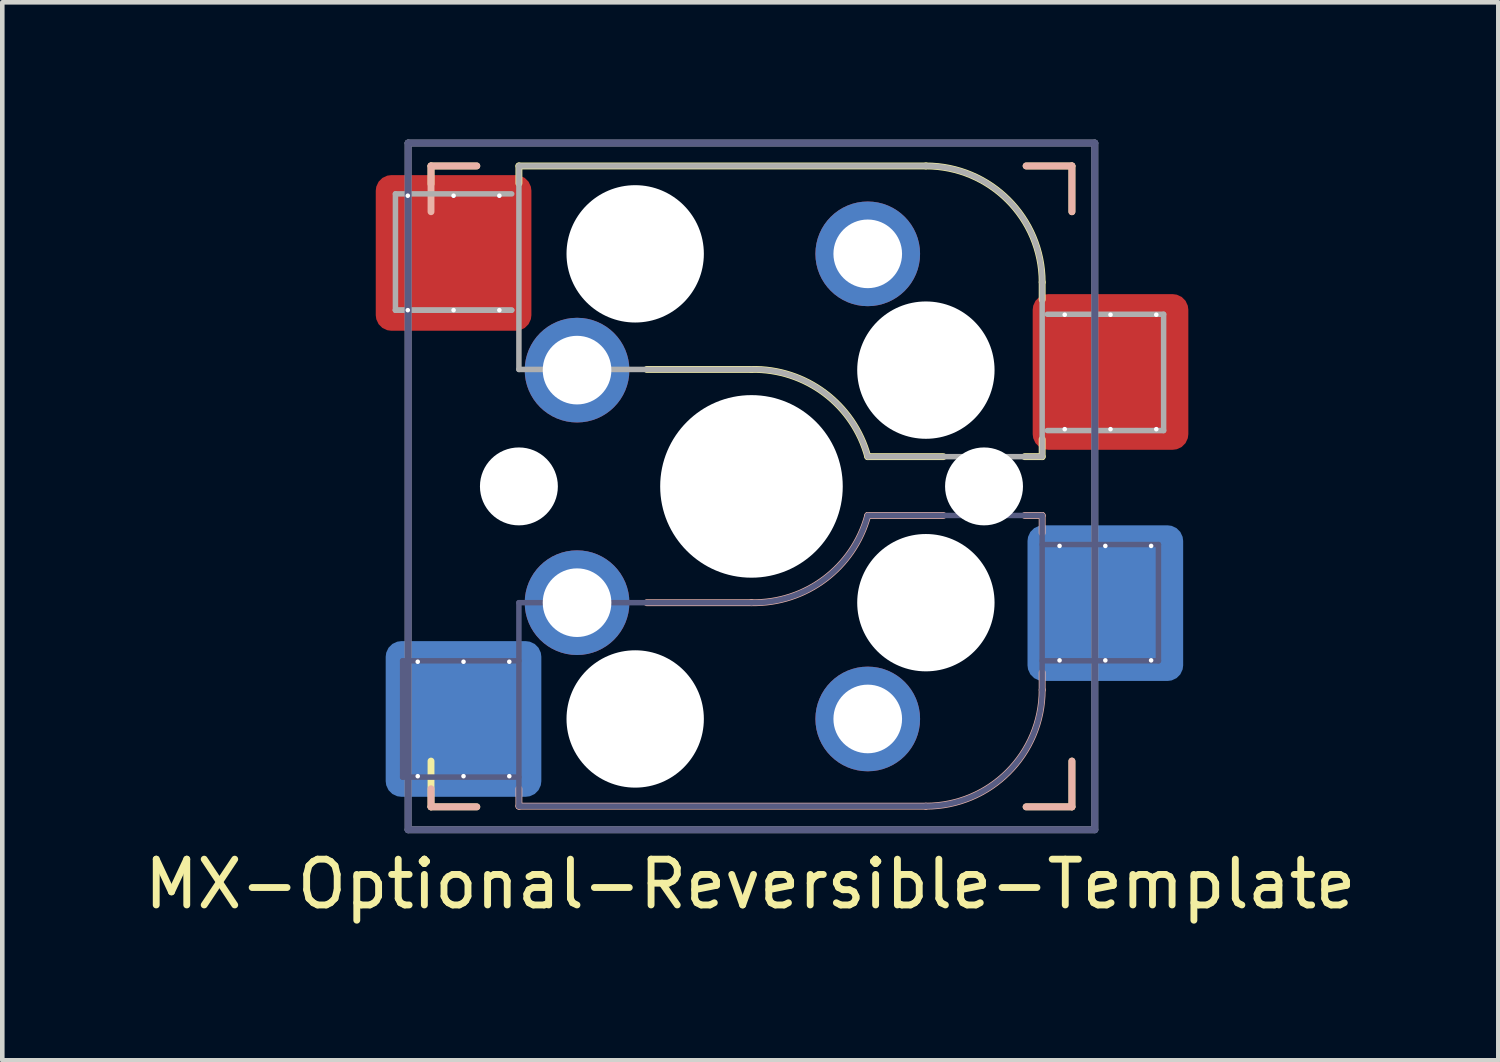
<source format=kicad_pcb>
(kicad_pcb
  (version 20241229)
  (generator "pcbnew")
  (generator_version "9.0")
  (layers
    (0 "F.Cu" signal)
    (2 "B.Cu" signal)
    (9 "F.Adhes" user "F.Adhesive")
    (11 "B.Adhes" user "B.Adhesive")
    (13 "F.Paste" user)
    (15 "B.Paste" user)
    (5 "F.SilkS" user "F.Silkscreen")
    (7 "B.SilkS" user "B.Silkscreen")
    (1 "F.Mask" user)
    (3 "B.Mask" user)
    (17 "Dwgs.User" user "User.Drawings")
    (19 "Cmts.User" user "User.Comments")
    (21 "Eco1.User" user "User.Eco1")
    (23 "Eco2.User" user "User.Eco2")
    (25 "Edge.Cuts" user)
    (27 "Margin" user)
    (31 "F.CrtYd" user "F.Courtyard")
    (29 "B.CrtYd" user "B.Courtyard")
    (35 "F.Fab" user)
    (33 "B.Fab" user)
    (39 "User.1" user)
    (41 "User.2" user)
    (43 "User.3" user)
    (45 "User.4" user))
  (footprint "MX-Optional-Reversible-Template"
    (layer "F.Cu")
    (at 13.416 7.537)
    (property "Reference" "MX-Optional-Reversible-Template" (at -0.077 8.726 180) (layer "F.SilkS") (effects (font (size 1 1) (thickness 0.15))))
    (attr smd)
    (fp_rect (start -8.258 -6.062) (end -4.858 -4.062) (stroke (width 0.1) (type solid)) (fill yes) (layer "F.Mask"))
    (fp_rect (start 6.092 -3.462) (end 9.492 -1.462) (stroke (width 0.1) (type solid)) (fill yes) (layer "F.Mask"))
    (fp_rect (start -8.041 4.118) (end -4.641 6.118) (stroke (width 0.1) (type solid)) (fill yes) (layer "B.Mask"))
    (fp_rect (start 5.979 1.588) (end 9.379 3.588) (stroke (width 0.1) (type solid)) (fill yes) (layer "B.Mask"))
    (fp_line (start -7.051 -6.962) (end -6.051 -6.962) (stroke (width 0.15) (type solid)) (layer "F.SilkS"))
    (fp_line (start -7.051 -6.566) (end -7.051 -6.962) (stroke (width 0.15) (type solid)) (layer "F.SilkS"))
    (fp_line (start -7.051 7.038) (end -7.051 6.038) (stroke (width 0.15) (type solid)) (layer "F.SilkS"))
    (fp_line (start -6.051 7.038) (end -7.051 7.038) (stroke (width 0.15) (type solid)) (layer "F.SilkS"))
    (fp_line (start -5.131 -6.581) (end -5.131 -6.962) (stroke (width 0.15) (type solid)) (layer "F.SilkS"))
    (fp_line (start -2.337 -2.517) (end -0.051 -2.517) (stroke (width 0.15) (type solid)) (layer "F.SilkS"))
    (fp_line (start 2.489 -0.612) (end 4.14 -0.612) (stroke (width 0.15) (type solid)) (layer "F.SilkS"))
    (fp_line (start 3.759 -6.962) (end -5.131 -6.962) (stroke (width 0.15) (type solid)) (layer "F.SilkS"))
    (fp_line (start 5.918 -0.612) (end 6.299 -0.612) (stroke (width 0.15) (type solid)) (layer "F.SilkS"))
    (fp_line (start 5.949 -6.962) (end 6.949 -6.962) (stroke (width 0.15) (type solid)) (layer "F.SilkS"))
    (fp_line (start 6.299 -4.041) (end 6.299 -4.422) (stroke (width 0.15) (type solid)) (layer "F.SilkS"))
    (fp_line (start 6.299 -0.612) (end 6.299 -0.993) (stroke (width 0.15) (type solid)) (layer "F.SilkS"))
    (fp_line (start 6.949 -6.962) (end 6.949 -5.962) (stroke (width 0.15) (type solid)) (layer "F.SilkS"))
    (fp_line (start 6.949 6.038) (end 6.949 7.038) (stroke (width 0.15) (type solid)) (layer "F.SilkS"))
    (fp_line (start 6.949 7.038) (end 5.949 7.038) (stroke (width 0.15) (type solid)) (layer "F.SilkS"))
    (fp_arc (start -0.05085 -2.51696) (mid 1.54712 -2.001754) (end 2.48915 -0.61196) (stroke (width 0.15) (type solid)) (layer "F.SilkS"))
    (fp_arc (start 3.75915 -6.96196) (mid 5.555201 -6.218011) (end 6.29915 -4.42196) (stroke (width 0.15) (type solid)) (layer "F.SilkS"))
    (fp_line (start -7.051 -6.962) (end -6.051 -6.962) (stroke (width 0.15) (type solid)) (layer "B.SilkS"))
    (fp_line (start -7.051 -5.962) (end -7.051 -6.962) (stroke (width 0.15) (type solid)) (layer "B.SilkS"))
    (fp_line (start -7.051 7.038) (end -7.051 6.642) (stroke (width 0.15) (type solid)) (layer "B.SilkS"))
    (fp_line (start -6.051 7.038) (end -7.051 7.038) (stroke (width 0.15) (type solid)) (layer "B.SilkS"))
    (fp_line (start -5.131 7.023) (end -5.131 6.642) (stroke (width 0.15) (type solid)) (layer "B.SilkS"))
    (fp_line (start -5.131 7.023) (end 3.759 7.023) (stroke (width 0.15) (type solid)) (layer "B.SilkS"))
    (fp_line (start -0.051 2.578) (end -2.337 2.578) (stroke (width 0.15) (type solid)) (layer "B.SilkS"))
    (fp_line (start 4.14 0.673) (end 2.489 0.673) (stroke (width 0.15) (type solid)) (layer "B.SilkS"))
    (fp_line (start 5.949 -6.962) (end 6.949 -6.962) (stroke (width 0.15) (type solid)) (layer "B.SilkS"))
    (fp_line (start 6.299 0.673) (end 5.918 0.673) (stroke (width 0.15) (type solid)) (layer "B.SilkS"))
    (fp_line (start 6.299 1.054) (end 6.299 0.673) (stroke (width 0.15) (type solid)) (layer "B.SilkS"))
    (fp_line (start 6.299 4.483) (end 6.299 4.102) (stroke (width 0.15) (type solid)) (layer "B.SilkS"))
    (fp_line (start 6.949 -6.962) (end 6.949 -5.962) (stroke (width 0.15) (type solid)) (layer "B.SilkS"))
    (fp_line (start 6.949 6.038) (end 6.949 7.038) (stroke (width 0.15) (type solid)) (layer "B.SilkS"))
    (fp_line (start 6.949 7.038) (end 5.949 7.038) (stroke (width 0.15) (type solid)) (layer "B.SilkS"))
    (fp_arc (start 2.48915 0.67304) (mid 1.547119 2.062831) (end -0.05085 2.57804) (stroke (width 0.15) (type solid)) (layer "B.SilkS"))
    (fp_arc (start 6.29915 4.48304) (mid 5.555201 6.279091) (end 3.75915 7.02304) (stroke (width 0.15) (type solid)) (layer "B.SilkS"))
    (fp_line (start -6.951 6.938) (end -6.951 -6.862) (stroke (width 0.15) (type solid)) (layer "Eco2.User"))
    (fp_line (start -6.951 6.938) (end 6.849 6.938) (stroke (width 0.15) (type solid)) (layer "Eco2.User"))
    (fp_line (start 6.849 -6.862) (end -6.951 -6.862) (stroke (width 0.15) (type solid)) (layer "Eco2.User"))
    (fp_line (start 6.849 -6.862) (end 6.849 6.938) (stroke (width 0.15) (type solid)) (layer "Eco2.User"))
    (fp_line (start -7.671 3.848) (end -7.671 6.388) (stroke (width 0.12) (type solid)) (layer "B.Fab"))
    (fp_line (start -7.671 6.388) (end -5.131 6.388) (stroke (width 0.12) (type solid)) (layer "B.Fab"))
    (fp_line (start -7.551 -7.462) (end 7.449 -7.462) (stroke (width 0.15) (type solid)) (layer "B.Fab"))
    (fp_line (start -7.551 7.538) (end -7.551 -7.462) (stroke (width 0.15) (type solid)) (layer "B.Fab"))
    (fp_line (start -5.131 2.578) (end -5.131 7.023) (stroke (width 0.12) (type solid)) (layer "B.Fab"))
    (fp_line (start -5.131 3.848) (end -7.671 3.848) (stroke (width 0.12) (type solid)) (layer "B.Fab"))
    (fp_line (start -5.131 7.023) (end 3.759 7.023) (stroke (width 0.12) (type solid)) (layer "B.Fab"))
    (fp_line (start -0.051 2.578) (end -5.131 2.578) (stroke (width 0.12) (type solid)) (layer "B.Fab"))
    (fp_line (start 6.299 0.673) (end 2.489 0.673) (stroke (width 0.12) (type solid)) (layer "B.Fab"))
    (fp_line (start 6.299 3.848) (end 8.839 3.848) (stroke (width 0.12) (type solid)) (layer "B.Fab"))
    (fp_line (start 6.299 4.483) (end 6.299 0.673) (stroke (width 0.12) (type solid)) (layer "B.Fab"))
    (fp_line (start 7.449 -7.462) (end 7.449 7.538) (stroke (width 0.15) (type solid)) (layer "B.Fab"))
    (fp_line (start 7.449 7.538) (end -7.551 7.538) (stroke (width 0.15) (type solid)) (layer "B.Fab"))
    (fp_line (start 8.839 1.308) (end 6.299 1.308) (stroke (width 0.12) (type solid)) (layer "B.Fab"))
    (fp_line (start 8.839 3.848) (end 8.839 1.308) (stroke (width 0.12) (type solid)) (layer "B.Fab"))
    (fp_arc (start 2.48915 0.67304) (mid 1.547119 2.062831) (end -0.05085 2.57804) (stroke (width 0.12) (type solid)) (layer "B.Fab"))
    (fp_arc (start 6.29915 4.48304) (mid 5.555201 6.279091) (end 3.75915 7.02304) (stroke (width 0.12) (type solid)) (layer "B.Fab"))
    (fp_line (start -7.828 -6.352) (end -7.828 -3.812) (stroke (width 0.12) (type solid)) (layer "F.Fab"))
    (fp_line (start -7.828 -3.812) (end -5.288 -3.812) (stroke (width 0.12) (type solid)) (layer "F.Fab"))
    (fp_line (start -7.828 -3.812) (end -5.288 -3.812) (stroke (width 0.12) (type solid)) (layer "F.Fab"))
    (fp_line (start -7.551 -7.462) (end 7.449 -7.462) (stroke (width 0.15) (type solid)) (layer "F.Fab"))
    (fp_line (start -7.551 7.538) (end -7.551 -7.462) (stroke (width 0.15) (type solid)) (layer "F.Fab"))
    (fp_line (start -5.288 -6.352) (end -7.828 -6.352) (stroke (width 0.12) (type solid)) (layer "F.Fab"))
    (fp_line (start -5.131 -6.962) (end -5.131 -2.517) (stroke (width 0.12) (type solid)) (layer "F.Fab"))
    (fp_line (start -5.131 -2.517) (end -0.051 -2.517) (stroke (width 0.12) (type solid)) (layer "F.Fab"))
    (fp_line (start 2.489 -0.612) (end 6.299 -0.612) (stroke (width 0.12) (type solid)) (layer "F.Fab"))
    (fp_line (start 3.759 -6.962) (end -5.131 -6.962) (stroke (width 0.12) (type solid)) (layer "F.Fab"))
    (fp_line (start 6.299 -0.612) (end 6.299 -4.422) (stroke (width 0.12) (type solid)) (layer "F.Fab"))
    (fp_line (start 6.412 -1.182) (end 8.952 -1.182) (stroke (width 0.12) (type solid)) (layer "F.Fab"))
    (fp_line (start 7.449 -7.462) (end 7.449 7.538) (stroke (width 0.15) (type solid)) (layer "F.Fab"))
    (fp_line (start 7.449 7.538) (end -7.551 7.538) (stroke (width 0.15) (type solid)) (layer "F.Fab"))
    (fp_line (start 8.952 -3.722) (end 6.412 -3.722) (stroke (width 0.12) (type solid)) (layer "F.Fab"))
    (fp_line (start 8.952 -1.182) (end 8.952 -3.722) (stroke (width 0.12) (type solid)) (layer "F.Fab"))
    (fp_arc (start -0.05085 -2.51696) (mid 1.547122 -2.001755) (end 2.48915 -0.61196) (stroke (width 0.12) (type solid)) (layer "F.Fab"))
    (fp_arc (start 3.75915 -6.96196) (mid 5.555201 -6.218011) (end 6.29915 -4.42196) (stroke (width 0.12) (type solid)) (layer "F.Fab"))
    (pad "" np_thru_hole circle (at -5.131 0.038) (size 1.702 1.702) (drill 1.702) (layers "*.Cu" "*.Mask"))
    (pad "" np_thru_hole circle (at -2.591 -5.042) (size 3 3) (drill 3) (layers "*.Cu" "*.Mask"))
    (pad "" np_thru_hole circle (at -2.591 5.118) (size 3 3) (drill 3) (layers "*.Cu" "*.Mask"))
    (pad "" np_thru_hole circle (at -0.051 0.038) (size 3.988 3.988) (drill 3.988) (layers "*.Cu" "*.Mask"))
    (pad "" np_thru_hole circle (at 3.759 -2.502) (size 3 3) (drill 3) (layers "*.Cu" "*.Mask"))
    (pad "" np_thru_hole circle (at 3.759 2.578) (size 3 3) (drill 3) (layers "*.Cu" "*.Mask"))
    (pad "" np_thru_hole circle (at 5.029 0.038) (size 1.702 1.702) (drill 1.702) (layers "*.Cu" "*.Mask"))
    (pad "1" thru_hole circle (at -7.558 -6.312 270) (size 0.1 0.1) (drill 0.3) (layers "*.Cu" "*.Mask"))
    (pad "1" thru_hole circle (at -7.558 -3.812 270) (size 0.1 0.1) (drill 0.3) (layers "*.Cu" "*.Mask"))
    (pad "1" thru_hole circle (at -7.341 3.868 270) (size 0.1 0.1) (drill 0.3) (layers "*.Cu" "*.Mask"))
    (pad "1" thru_hole circle (at -7.341 6.368 270) (size 0.1 0.1) (drill 0.3) (layers "*.Cu" "*.Mask"))
    (pad "1" thru_hole circle (at -6.558 -6.312 270) (size 0.1 0.1) (drill 0.3) (layers "*.Cu"))
    (pad "1" smd roundrect (at -6.558 -5.062 180) (size 3.4 3.4) (property pad_prop_bga) (layers "F.Cu" "F.Paste") (roundrect_rratio 0.1))
    (pad "1" thru_hole circle (at -6.558 -3.812 270) (size 0.1 0.1) (drill 0.3) (layers "*.Cu" "*.Mask"))
    (pad "1" thru_hole circle (at -6.341 3.868 270) (size 0.1 0.1) (drill 0.3) (layers "*.Cu"))
    (pad "1" smd roundrect (at -6.341 5.118) (size 3.4 3.4) (property pad_prop_bga) (layers "B.Cu" "B.Paste") (roundrect_rratio 0.1))
    (pad "1" thru_hole circle (at -6.341 6.368 270) (size 0.1 0.1) (drill 0.3) (layers "*.Cu" "*.Mask"))
    (pad "1" thru_hole circle (at -5.558 -6.312 270) (size 0.1 0.1) (drill 0.3) (layers "*.Cu"))
    (pad "1" thru_hole circle (at -5.558 -3.812 270) (size 0.1 0.1) (drill 0.3) (layers "*.Cu" "*.Mask"))
    (pad "1" thru_hole circle (at -5.341 3.868 270) (size 0.1 0.1) (drill 0.3) (layers "*.Cu"))
    (pad "1" thru_hole circle (at -5.341 6.368 270) (size 0.1 0.1) (drill 0.3) (layers "*.Cu" "*.Mask"))
    (pad "1" thru_hole circle (at -3.861 -2.502) (size 2.286 2.286) (drill 1.499) (layers "*.Cu" "*.Mask"))
    (pad "1" thru_hole circle (at -3.861 2.578) (size 2.286 2.286) (drill 1.499) (layers "*.Cu" "*.Mask"))
    (pad "2" thru_hole circle (at 2.489 -5.042) (size 2.286 2.286) (drill 1.499) (layers "*.Cu" "*.Mask"))
    (pad "2" thru_hole circle (at 2.489 5.118) (size 2.286 2.286) (drill 1.499) (layers "*.Cu" "*.Mask"))
    (pad "2" thru_hole circle (at 6.679 1.338 270) (size 0.1 0.1) (drill 0.3) (layers "*.Cu" "*.Mask"))
    (pad "2" thru_hole circle (at 6.679 3.838 270) (size 0.1 0.1) (drill 0.3) (layers "*.Cu" "*.Mask"))
    (pad "2" thru_hole circle (at 6.792 -3.712 270) (size 0.1 0.1) (drill 0.3) (layers "*.Cu" "*.Mask"))
    (pad "2" thru_hole circle (at 6.792 -1.212 270) (size 0.1 0.1) (drill 0.3) (layers "*.Cu" "*.Mask"))
    (pad "2" thru_hole circle (at 7.679 1.338 270) (size 0.1 0.1) (drill 0.3) (layers "*.Cu" "*.Mask"))
    (pad "2" smd roundrect (at 7.679 2.588) (size 3.4 3.4) (property pad_prop_bga) (layers "B.Cu" "B.Paste") (roundrect_rratio 0.1))
    (pad "2" thru_hole circle (at 7.679 3.838 270) (size 0.1 0.1) (drill 0.3) (layers "*.Cu"))
    (pad "2" thru_hole circle (at 7.792 -3.712 270) (size 0.1 0.1) (drill 0.3) (layers "*.Cu"))
    (pad "2" smd roundrect (at 7.792 -2.462 180) (size 3.4 3.4) (property pad_prop_bga) (layers "F.Cu" "F.Paste") (roundrect_rratio 0.1))
    (pad "2" thru_hole circle (at 7.792 -1.212 270) (size 0.1 0.1) (drill 0.3) (layers "*.Cu" "*.Mask"))
    (pad "2" thru_hole circle (at 8.679 1.338 270) (size 0.1 0.1) (drill 0.3) (layers "*.Cu" "*.Mask"))
    (pad "2" thru_hole circle (at 8.679 3.838 270) (size 0.1 0.1) (drill 0.3) (layers "*.Cu"))
    (pad "2" thru_hole circle (at 8.792 -3.712 270) (size 0.1 0.1) (drill 0.3) (layers "*.Cu"))
    (pad "2" thru_hole circle (at 8.792 -1.212 270) (size 0.1 0.1) (drill 0.3) (layers "*.Cu" "*.Mask")))
  (gr_rect
    (start -3 -3)
    (end 29.679 20.111)
    (stroke (width 0.1) (type default))
    (fill no)
    (layer "Edge.Cuts")))
</source>
